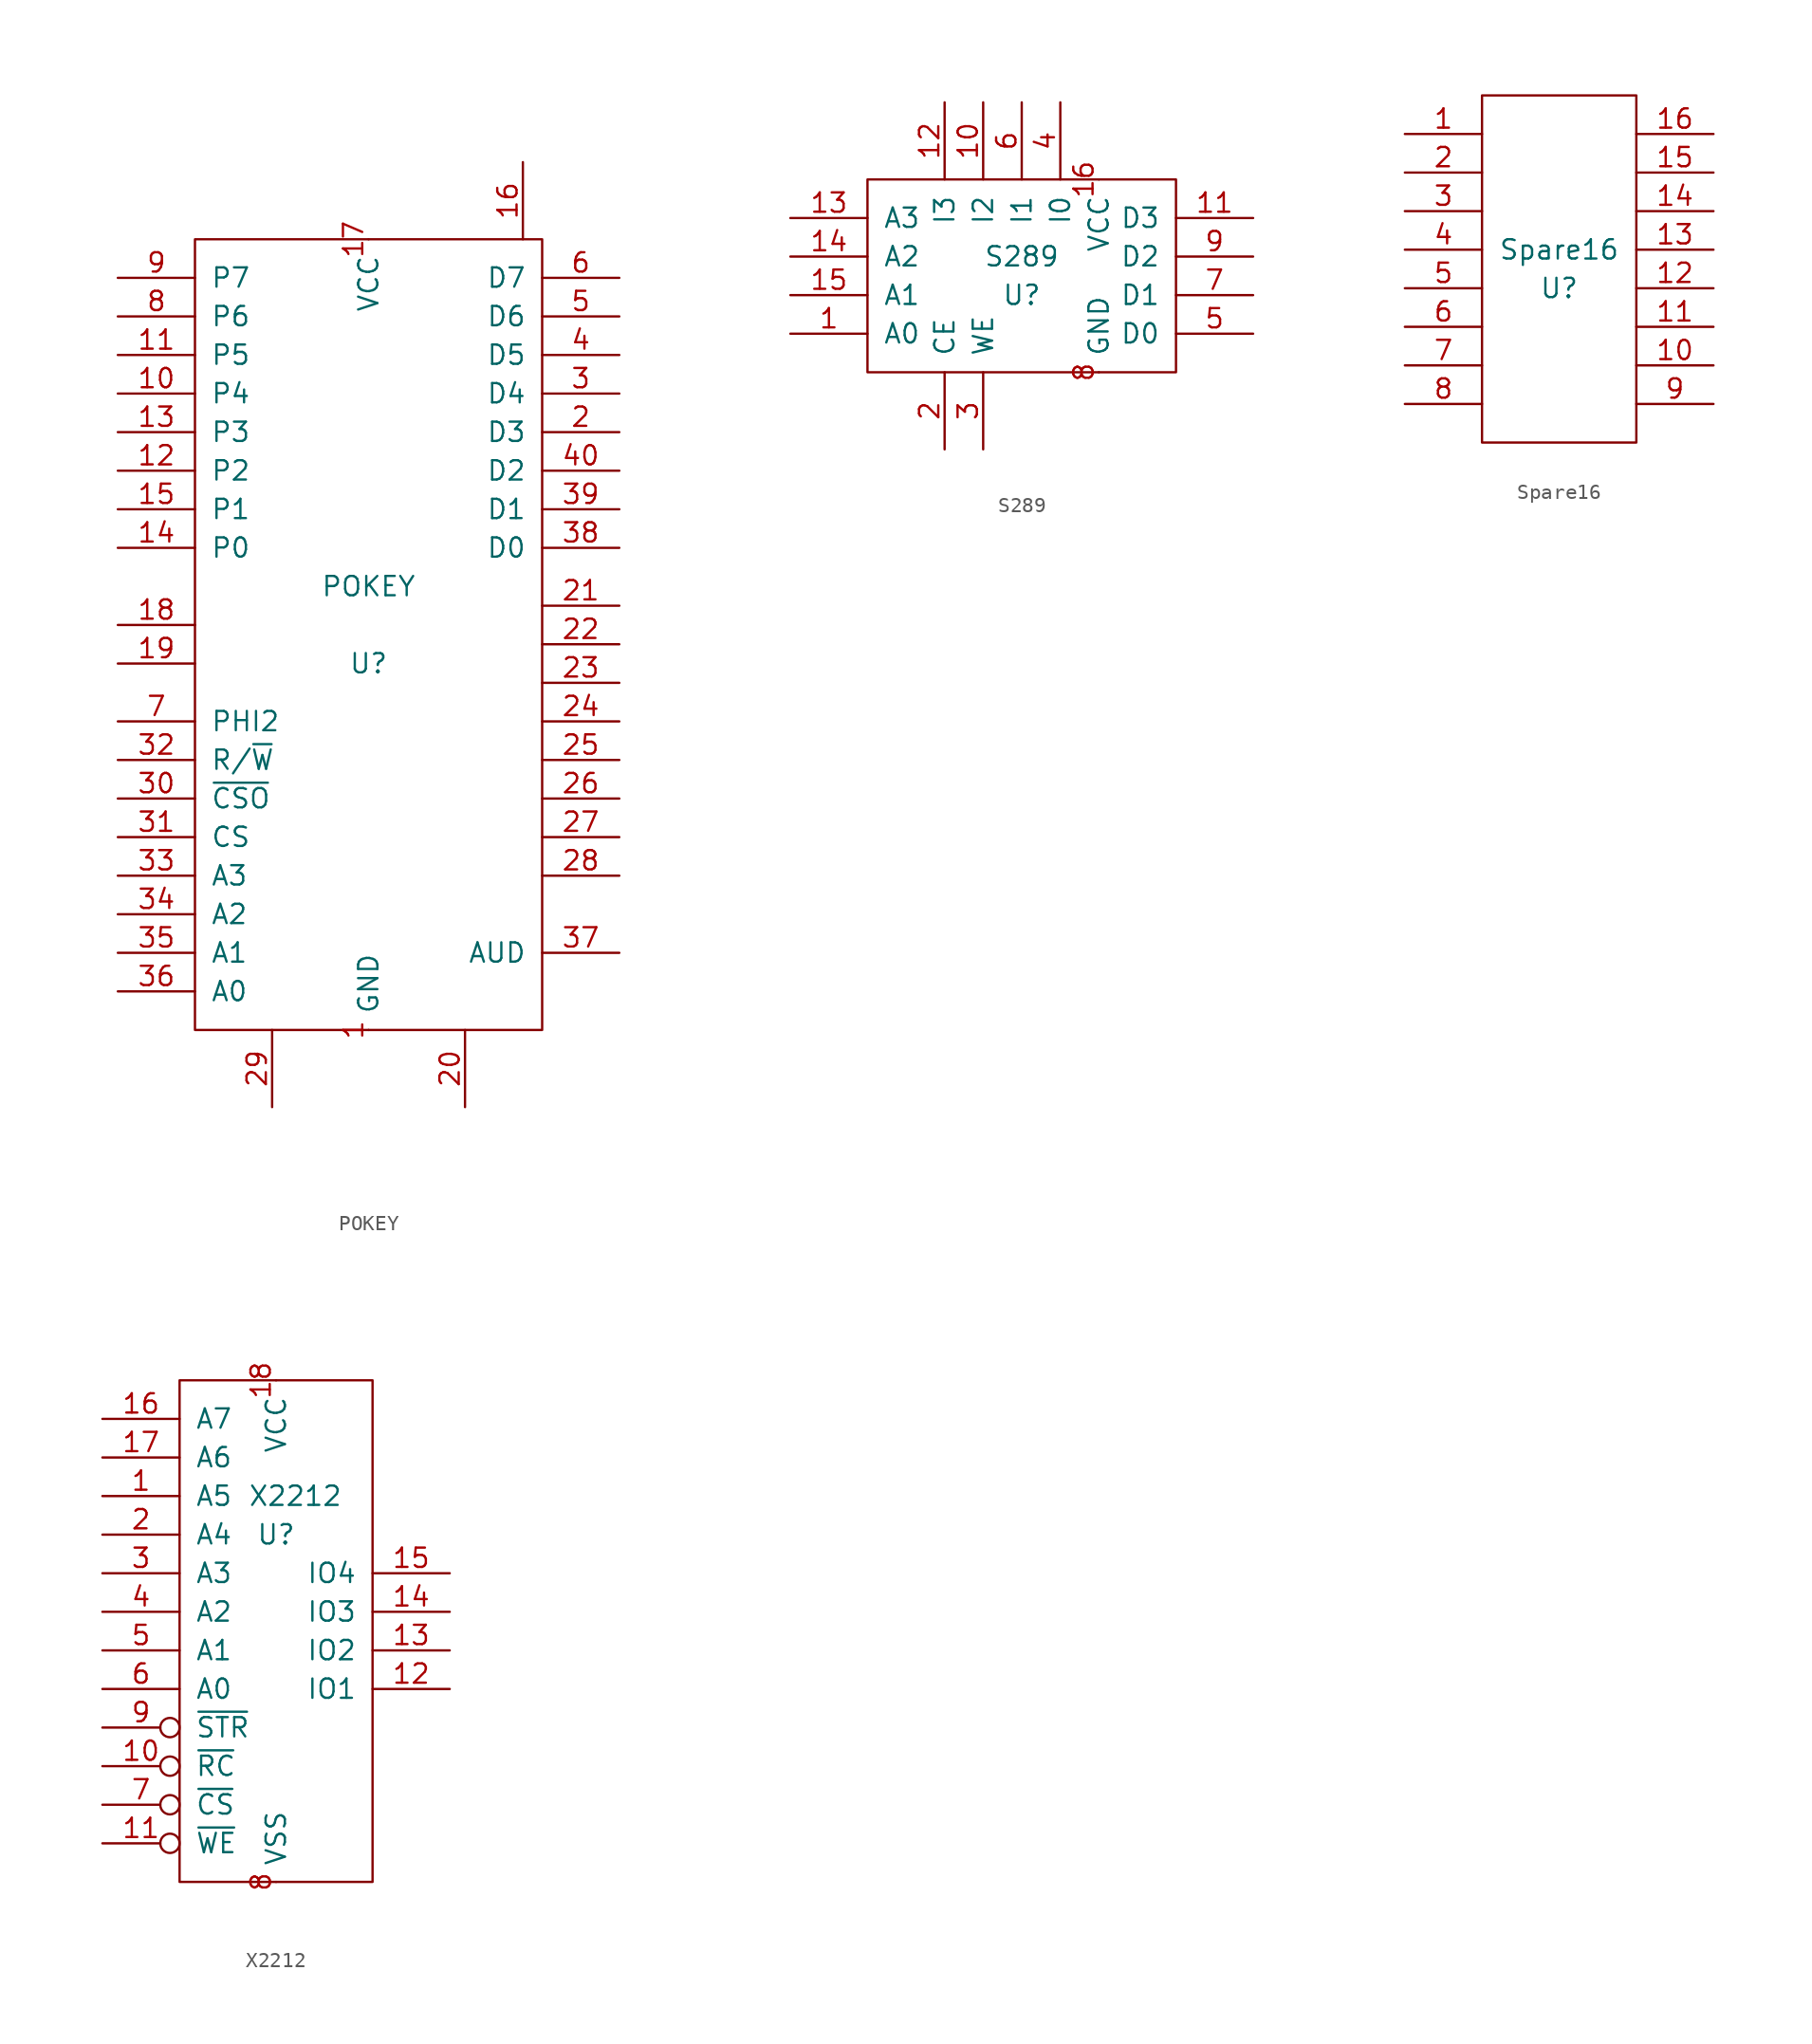
<source format=kicad_sym>
(kicad_symbol_lib
  (version 20211014)
  (generator kicad_symbol_editor)
  (symbol "POKEY"
    (pin_names
      (offset 1.016))
    (property "Reference" "U"
      (at 0 -2.54 0)
      (effects (font (size 1.27 1.27))))
    (property "Value" "POKEY"
      (at 0 2.54 0)
      (effects (font (size 1.27 1.27))))
    (symbol "POKEY_0_1"
      (rectangle (start -11.43 -26.67) (end 11.43 25.4) (stroke (width 0) (type default) (color 0 0 0 0)) (fill (type none))))
    (symbol "POKEY_1_1"
      (pin power_in line (at 0 -26.67 90) (length 0) (name "GND" (effects (font (size 1.27 1.27)))) (number "1" (effects (font (size 1.27 1.27)))))
      (pin input line (at -16.51 15.24 0) (length 5.08) (name "P4" (effects (font (size 1.27 1.27)))) (number "10" (effects (font (size 1.27 1.27)))))
      (pin input line (at -16.51 17.78 0) (length 5.08) (name "P5" (effects (font (size 1.27 1.27)))) (number "11" (effects (font (size 1.27 1.27)))))
      (pin input line (at -16.51 10.16 0) (length 5.08) (name "P2" (effects (font (size 1.27 1.27)))) (number "12" (effects (font (size 1.27 1.27)))))
      (pin input line (at -16.51 12.7 0) (length 5.08) (name "P3" (effects (font (size 1.27 1.27)))) (number "13" (effects (font (size 1.27 1.27)))))
      (pin input line (at -16.51 5.08 0) (length 5.08) (name "P0" (effects (font (size 1.27 1.27)))) (number "14" (effects (font (size 1.27 1.27)))))
      (pin input line (at -16.51 7.62 0) (length 5.08) (name "P1" (effects (font (size 1.27 1.27)))) (number "15" (effects (font (size 1.27 1.27)))))
      (pin passive line (at 10.16 30.48 270) (length 5.08) (name "" (effects (font (size 0.508 0.508)))) (number "16" (effects (font (size 1.27 1.27)))))
      (pin power_in line (at 0 25.4 270) (length 0) (name "VCC" (effects (font (size 1.27 1.27)))) (number "17" (effects (font (size 1.27 1.27)))))
      (pin passive line (at -16.51 0 0) (length 5.08) (name "" (effects (font (size 0.508 0.508)))) (number "18" (effects (font (size 1.27 1.27)))))
      (pin passive line (at -16.51 -2.54 0) (length 5.08) (name "" (effects (font (size 0.508 0.508)))) (number "19" (effects (font (size 1.27 1.27)))))
      (pin bidirectional line (at 16.51 12.7 180) (length 5.08) (name "D3" (effects (font (size 1.27 1.27)))) (number "2" (effects (font (size 1.27 1.27)))))
      (pin passive line (at 6.35 -31.75 90) (length 5.08) (name "" (effects (font (size 0.508 0.508)))) (number "20" (effects (font (size 1.27 1.27)))))
      (pin passive line (at 16.51 1.27 180) (length 5.08) (name "" (effects (font (size 0.508 0.508)))) (number "21" (effects (font (size 1.27 1.27)))))
      (pin passive line (at 16.51 -1.27 180) (length 5.08) (name "" (effects (font (size 0.508 0.508)))) (number "22" (effects (font (size 1.27 1.27)))))
      (pin passive line (at 16.51 -3.81 180) (length 5.08) (name "" (effects (font (size 0.508 0.508)))) (number "23" (effects (font (size 1.27 1.27)))))
      (pin passive line (at 16.51 -6.35 180) (length 5.08) (name "" (effects (font (size 0.508 0.508)))) (number "24" (effects (font (size 1.27 1.27)))))
      (pin passive line (at 16.51 -8.89 180) (length 5.08) (name "" (effects (font (size 0.508 0.508)))) (number "25" (effects (font (size 1.27 1.27)))))
      (pin passive line (at 16.51 -11.43 180) (length 5.08) (name "" (effects (font (size 0.508 0.508)))) (number "26" (effects (font (size 1.27 1.27)))))
      (pin passive line (at 16.51 -13.97 180) (length 5.08) (name "" (effects (font (size 0.508 0.508)))) (number "27" (effects (font (size 1.27 1.27)))))
      (pin passive line (at 16.51 -16.51 180) (length 5.08) (name "" (effects (font (size 0.508 0.508)))) (number "28" (effects (font (size 1.27 1.27)))))
      (pin passive line (at -6.35 -31.75 90) (length 5.08) (name "" (effects (font (size 0.508 0.508)))) (number "29" (effects (font (size 1.27 1.27)))))
      (pin bidirectional line (at 16.51 15.24 180) (length 5.08) (name "D4" (effects (font (size 1.27 1.27)))) (number "3" (effects (font (size 1.27 1.27)))))
      (pin input line (at -16.51 -11.43 0) (length 5.08) (name "~{CSO}" (effects (font (size 1.27 1.27)))) (number "30" (effects (font (size 1.27 1.27)))))
      (pin input line (at -16.51 -13.97 0) (length 5.08) (name "CS" (effects (font (size 1.27 1.27)))) (number "31" (effects (font (size 1.27 1.27)))))
      (pin input line (at -16.51 -8.89 0) (length 5.08) (name "R/~{W}" (effects (font (size 1.27 1.27)))) (number "32" (effects (font (size 1.27 1.27)))))
      (pin input line (at -16.51 -16.51 0) (length 5.08) (name "A3" (effects (font (size 1.27 1.27)))) (number "33" (effects (font (size 1.27 1.27)))))
      (pin input line (at -16.51 -19.05 0) (length 5.08) (name "A2" (effects (font (size 1.27 1.27)))) (number "34" (effects (font (size 1.27 1.27)))))
      (pin input line (at -16.51 -21.59 0) (length 5.08) (name "A1" (effects (font (size 1.27 1.27)))) (number "35" (effects (font (size 1.27 1.27)))))
      (pin input line (at -16.51 -24.13 0) (length 5.08) (name "A0" (effects (font (size 1.27 1.27)))) (number "36" (effects (font (size 1.27 1.27)))))
      (pin output line (at 16.51 -21.59 180) (length 5.08) (name "AUD" (effects (font (size 1.27 1.27)))) (number "37" (effects (font (size 1.27 1.27)))))
      (pin bidirectional line (at 16.51 5.08 180) (length 5.08) (name "D0" (effects (font (size 1.27 1.27)))) (number "38" (effects (font (size 1.27 1.27)))))
      (pin bidirectional line (at 16.51 7.62 180) (length 5.08) (name "D1" (effects (font (size 1.27 1.27)))) (number "39" (effects (font (size 1.27 1.27)))))
      (pin bidirectional line (at 16.51 17.78 180) (length 5.08) (name "D5" (effects (font (size 1.27 1.27)))) (number "4" (effects (font (size 1.27 1.27)))))
      (pin bidirectional line (at 16.51 10.16 180) (length 5.08) (name "D2" (effects (font (size 1.27 1.27)))) (number "40" (effects (font (size 1.27 1.27)))))
      (pin bidirectional line (at 16.51 20.32 180) (length 5.08) (name "D6" (effects (font (size 1.27 1.27)))) (number "5" (effects (font (size 1.27 1.27)))))
      (pin bidirectional line (at 16.51 22.86 180) (length 5.08) (name "D7" (effects (font (size 1.27 1.27)))) (number "6" (effects (font (size 1.27 1.27)))))
      (pin input line (at -16.51 -6.35 0) (length 5.08) (name "PHI2" (effects (font (size 1.27 1.27)))) (number "7" (effects (font (size 1.27 1.27)))))
      (pin input line (at -16.51 20.32 0) (length 5.08) (name "P6" (effects (font (size 1.27 1.27)))) (number "8" (effects (font (size 1.27 1.27)))))
      (pin input line (at -16.51 22.86 0) (length 5.08) (name "P7" (effects (font (size 1.27 1.27)))) (number "9" (effects (font (size 1.27 1.27)))))))
  (symbol "S289"
    (pin_names
      (offset 1.016))
    (property "Reference" "U"
      (at 0 -1.27 0)
      (effects (font (size 1.27 1.27))))
    (property "Value" "S289"
      (at 0 1.27 0)
      (effects (font (size 1.27 1.27))))
    (symbol "S289_0_1"
      (rectangle (start -10.16 6.35) (end 10.16 -6.35) (stroke (width 0) (type default) (color 0 0 0 0)) (fill (type none))))
    (symbol "S289_1_1"
      (pin input line (at -15.24 -3.81 0) (length 5.08) (name "A0" (effects (font (size 1.27 1.27)))) (number "1" (effects (font (size 1.27 1.27)))))
      (pin input line (at -2.54 11.43 270) (length 5.08) (name "I2" (effects (font (size 1.27 1.27)))) (number "10" (effects (font (size 1.27 1.27)))))
      (pin output line (at 15.24 3.81 180) (length 5.08) (name "D3" (effects (font (size 1.27 1.27)))) (number "11" (effects (font (size 1.27 1.27)))))
      (pin input line (at -5.08 11.43 270) (length 5.08) (name "I3" (effects (font (size 1.27 1.27)))) (number "12" (effects (font (size 1.27 1.27)))))
      (pin input line (at -15.24 3.81 0) (length 5.08) (name "A3" (effects (font (size 1.27 1.27)))) (number "13" (effects (font (size 1.27 1.27)))))
      (pin input line (at -15.24 1.27 0) (length 5.08) (name "A2" (effects (font (size 1.27 1.27)))) (number "14" (effects (font (size 1.27 1.27)))))
      (pin input line (at -15.24 -1.27 0) (length 5.08) (name "A1" (effects (font (size 1.27 1.27)))) (number "15" (effects (font (size 1.27 1.27)))))
      (pin power_in line (at 5.08 6.35 270) (length 0) (name "VCC" (effects (font (size 1.27 1.27)))) (number "16" (effects (font (size 1.27 1.27)))))
      (pin input line (at -5.08 -11.43 90) (length 5.08) (name "CE" (effects (font (size 1.27 1.27)))) (number "2" (effects (font (size 1.27 1.27)))))
      (pin input line (at -2.54 -11.43 90) (length 5.08) (name "WE" (effects (font (size 1.27 1.27)))) (number "3" (effects (font (size 1.27 1.27)))))
      (pin input line (at 2.54 11.43 270) (length 5.08) (name "I0" (effects (font (size 1.27 1.27)))) (number "4" (effects (font (size 1.27 1.27)))))
      (pin output line (at 15.24 -3.81 180) (length 5.08) (name "D0" (effects (font (size 1.27 1.27)))) (number "5" (effects (font (size 1.27 1.27)))))
      (pin input line (at 0 11.43 270) (length 5.08) (name "I1" (effects (font (size 1.27 1.27)))) (number "6" (effects (font (size 1.27 1.27)))))
      (pin output line (at 15.24 -1.27 180) (length 5.08) (name "D1" (effects (font (size 1.27 1.27)))) (number "7" (effects (font (size 1.27 1.27)))))
      (pin power_in line (at 5.08 -6.35 90) (length 0) (name "GND" (effects (font (size 1.27 1.27)))) (number "8" (effects (font (size 1.27 1.27)))))
      (pin output line (at 15.24 1.27 180) (length 5.08) (name "D2" (effects (font (size 1.27 1.27)))) (number "9" (effects (font (size 1.27 1.27)))))))
  (symbol "Spare16"
    (pin_names
      (offset 1.016))
    (property "Reference" "U"
      (at 0 -1.27 0)
      (effects (font (size 1.27 1.27))))
    (property "Value" "Spare16"
      (at 0 1.27 0)
      (effects (font (size 1.27 1.27))))
    (symbol "Spare16_0_1"
      (rectangle (start -5.08 11.43) (end 5.08 -11.43) (stroke (width 0) (type default) (color 0 0 0 0)) (fill (type none))))
    (symbol "Spare16_1_1"
      (pin passive line (at -10.16 8.89 0) (length 5.08) (name "~" (effects (font (size 1.27 1.27)))) (number "1" (effects (font (size 1.27 1.27)))))
      (pin passive line (at 10.16 -6.35 180) (length 5.08) (name "~" (effects (font (size 1.27 1.27)))) (number "10" (effects (font (size 1.27 1.27)))))
      (pin passive line (at 10.16 -3.81 180) (length 5.08) (name "~" (effects (font (size 1.27 1.27)))) (number "11" (effects (font (size 1.27 1.27)))))
      (pin passive line (at 10.16 -1.27 180) (length 5.08) (name "~" (effects (font (size 1.27 1.27)))) (number "12" (effects (font (size 1.27 1.27)))))
      (pin passive line (at 10.16 1.27 180) (length 5.08) (name "~" (effects (font (size 1.27 1.27)))) (number "13" (effects (font (size 1.27 1.27)))))
      (pin passive line (at 10.16 3.81 180) (length 5.08) (name "~" (effects (font (size 1.27 1.27)))) (number "14" (effects (font (size 1.27 1.27)))))
      (pin passive line (at 10.16 6.35 180) (length 5.08) (name "~" (effects (font (size 1.27 1.27)))) (number "15" (effects (font (size 1.27 1.27)))))
      (pin passive line (at 10.16 8.89 180) (length 5.08) (name "~" (effects (font (size 1.27 1.27)))) (number "16" (effects (font (size 1.27 1.27)))))
      (pin passive line (at -10.16 6.35 0) (length 5.08) (name "~" (effects (font (size 1.27 1.27)))) (number "2" (effects (font (size 1.27 1.27)))))
      (pin passive line (at -10.16 3.81 0) (length 5.08) (name "~" (effects (font (size 1.27 1.27)))) (number "3" (effects (font (size 1.27 1.27)))))
      (pin passive line (at -10.16 1.27 0) (length 5.08) (name "~" (effects (font (size 1.27 1.27)))) (number "4" (effects (font (size 1.27 1.27)))))
      (pin passive line (at -10.16 -1.27 0) (length 5.08) (name "~" (effects (font (size 1.27 1.27)))) (number "5" (effects (font (size 1.27 1.27)))))
      (pin passive line (at -10.16 -3.81 0) (length 5.08) (name "~" (effects (font (size 1.27 1.27)))) (number "6" (effects (font (size 1.27 1.27)))))
      (pin passive line (at -10.16 -6.35 0) (length 5.08) (name "~" (effects (font (size 1.27 1.27)))) (number "7" (effects (font (size 1.27 1.27)))))
      (pin passive line (at -10.16 -8.89 0) (length 5.08) (name "~" (effects (font (size 1.27 1.27)))) (number "8" (effects (font (size 1.27 1.27)))))
      (pin passive line (at 10.16 -8.89 180) (length 5.08) (name "~" (effects (font (size 1.27 1.27)))) (number "9" (effects (font (size 1.27 1.27)))))))
  (symbol "X2212"
    (pin_names
      (offset 1.016))
    (property "Reference" "U"
      (at 0 -1.27 0)
      (effects (font (size 1.27 1.27))))
    (property "Value" "X2212"
      (at 1.27 1.27 0)
      (effects (font (size 1.27 1.27))))
    (symbol "X2212_0_1"
      (rectangle (start -6.35 8.89) (end 6.35 -24.13) (stroke (width 0) (type default) (color 0 0 0 0)) (fill (type none))))
    (symbol "X2212_1_1"
      (pin input line (at -11.43 1.27 0) (length 5.08) (name "A5" (effects (font (size 1.27 1.27)))) (number "1" (effects (font (size 1.27 1.27)))))
      (pin input inverted (at -11.43 -16.51 0) (length 5.08) (name "~{RC}" (effects (font (size 1.27 1.27)))) (number "10" (effects (font (size 1.27 1.27)))))
      (pin input inverted (at -11.43 -21.59 0) (length 5.08) (name "~{WE}" (effects (font (size 1.27 1.27)))) (number "11" (effects (font (size 1.27 1.27)))))
      (pin bidirectional line (at 11.43 -11.43 180) (length 5.08) (name "IO1" (effects (font (size 1.27 1.27)))) (number "12" (effects (font (size 1.27 1.27)))))
      (pin bidirectional line (at 11.43 -8.89 180) (length 5.08) (name "IO2" (effects (font (size 1.27 1.27)))) (number "13" (effects (font (size 1.27 1.27)))))
      (pin bidirectional line (at 11.43 -6.35 180) (length 5.08) (name "IO3" (effects (font (size 1.27 1.27)))) (number "14" (effects (font (size 1.27 1.27)))))
      (pin bidirectional line (at 11.43 -3.81 180) (length 5.08) (name "IO4" (effects (font (size 1.27 1.27)))) (number "15" (effects (font (size 1.27 1.27)))))
      (pin input line (at -11.43 6.35 0) (length 5.08) (name "A7" (effects (font (size 1.27 1.27)))) (number "16" (effects (font (size 1.27 1.27)))))
      (pin input line (at -11.43 3.81 0) (length 5.08) (name "A6" (effects (font (size 1.27 1.27)))) (number "17" (effects (font (size 1.27 1.27)))))
      (pin power_in line (at 0 8.89 270) (length 0) (name "VCC" (effects (font (size 1.27 1.27)))) (number "18" (effects (font (size 1.27 1.27)))))
      (pin input line (at -11.43 -1.27 0) (length 5.08) (name "A4" (effects (font (size 1.27 1.27)))) (number "2" (effects (font (size 1.27 1.27)))))
      (pin input line (at -11.43 -3.81 0) (length 5.08) (name "A3" (effects (font (size 1.27 1.27)))) (number "3" (effects (font (size 1.27 1.27)))))
      (pin input line (at -11.43 -6.35 0) (length 5.08) (name "A2" (effects (font (size 1.27 1.27)))) (number "4" (effects (font (size 1.27 1.27)))))
      (pin input line (at -11.43 -8.89 0) (length 5.08) (name "A1" (effects (font (size 1.27 1.27)))) (number "5" (effects (font (size 1.27 1.27)))))
      (pin input line (at -11.43 -11.43 0) (length 5.08) (name "A0" (effects (font (size 1.27 1.27)))) (number "6" (effects (font (size 1.27 1.27)))))
      (pin input inverted (at -11.43 -19.05 0) (length 5.08) (name "~{CS}" (effects (font (size 1.27 1.27)))) (number "7" (effects (font (size 1.27 1.27)))))
      (pin power_in line (at 0 -24.13 90) (length 0) (name "VSS" (effects (font (size 1.27 1.27)))) (number "8" (effects (font (size 1.27 1.27)))))
      (pin input inverted (at -11.43 -13.97 0) (length 5.08) (name "~{STR}" (effects (font (size 1.27 1.27)))) (number "9" (effects (font (size 1.27 1.27))))))))
</source>
